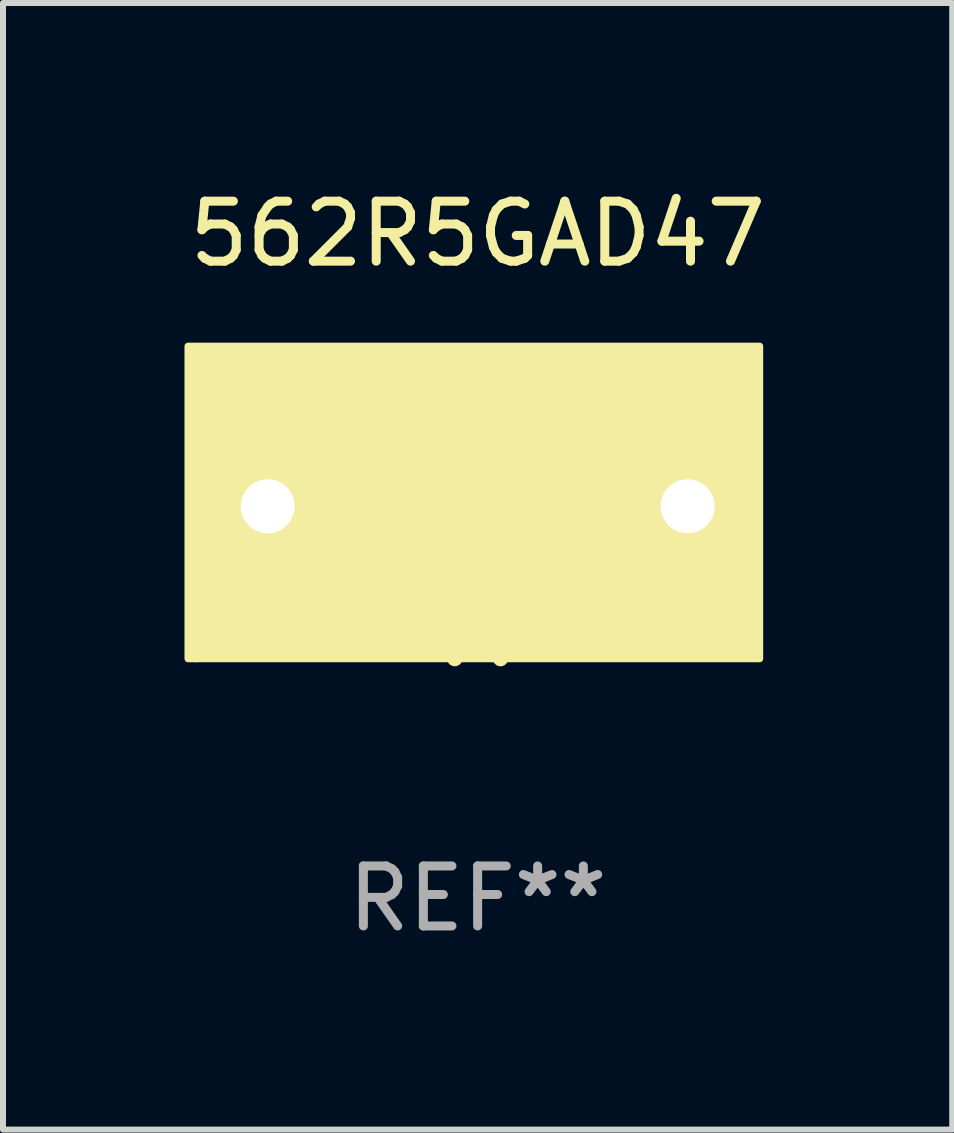
<source format=kicad_pcb>
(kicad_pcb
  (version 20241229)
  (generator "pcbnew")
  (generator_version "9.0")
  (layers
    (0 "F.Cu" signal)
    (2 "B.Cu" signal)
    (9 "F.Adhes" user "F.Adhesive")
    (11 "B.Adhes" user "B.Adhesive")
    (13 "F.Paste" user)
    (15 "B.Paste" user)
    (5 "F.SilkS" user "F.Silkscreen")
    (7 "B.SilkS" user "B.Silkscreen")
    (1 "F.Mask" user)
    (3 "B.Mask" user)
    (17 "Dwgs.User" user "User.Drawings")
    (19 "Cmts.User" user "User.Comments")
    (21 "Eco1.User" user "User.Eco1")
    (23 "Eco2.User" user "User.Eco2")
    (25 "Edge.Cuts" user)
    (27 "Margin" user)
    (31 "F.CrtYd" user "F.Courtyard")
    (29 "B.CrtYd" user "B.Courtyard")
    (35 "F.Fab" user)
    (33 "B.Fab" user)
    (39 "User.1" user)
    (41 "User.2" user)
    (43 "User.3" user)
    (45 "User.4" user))
  (footprint "562R5GAD47"
    (layer "F.Cu")
    (at 4.911 5.388)
    (property "Reference" "562R5GAD47" (at 0 -4.54 0) (layer "F.SilkS") (effects (font (size 1 1) (thickness 0.15))))
    (attr through_hole)
    (fp_line (start -0.381 0.023) (end -1.651 0.023) (stroke (width 0.254) (type solid)) (layer "F.SilkS"))
    (fp_line (start -0.381 2.54) (end -0.381 -2.54) (stroke (width 0.254) (type solid)) (layer "F.SilkS"))
    (fp_line (start 0.381 -2.54) (end 0.381 2.54) (stroke (width 0.254) (type solid)) (layer "F.SilkS"))
    (fp_line (start 0.381 -0.023) (end 1.651 -0.023) (stroke (width 0.254) (type solid)) (layer "F.SilkS"))
    (fp_circle (center -4.7 2.54) (end -4.67 2.54) (stroke (width 0.06) (type solid)) (fill no) (layer "F.SilkS"))
    (fp_poly (pts (xy -4.826 -2.667) (xy 4.699 -2.667) (xy 4.699 2.54) (xy -4.826 2.54)) (stroke (width 0.12) (type solid)) (fill yes) (layer "F.SilkS"))
    (fp_text user "REF**" (at 0 6.54 0) (layer "F.Fab") (effects (font (size 1 1) (thickness 0.15))))
    (pad "1" thru_hole circle (at -3.5 0) (size 1.5 1.5) (drill 0.9) (layers "*.Cu" "*.Mask"))
    (pad "2" thru_hole circle (at 3.5 0) (size 1.5 1.5) (drill 0.9) (layers "*.Cu" "*.Mask")))
  (gr_rect
    (start -3 -3)
    (end 12.821 15.777)
    (stroke (width 0.1) (type default))
    (fill no)
    (layer "Edge.Cuts")))
</source>
